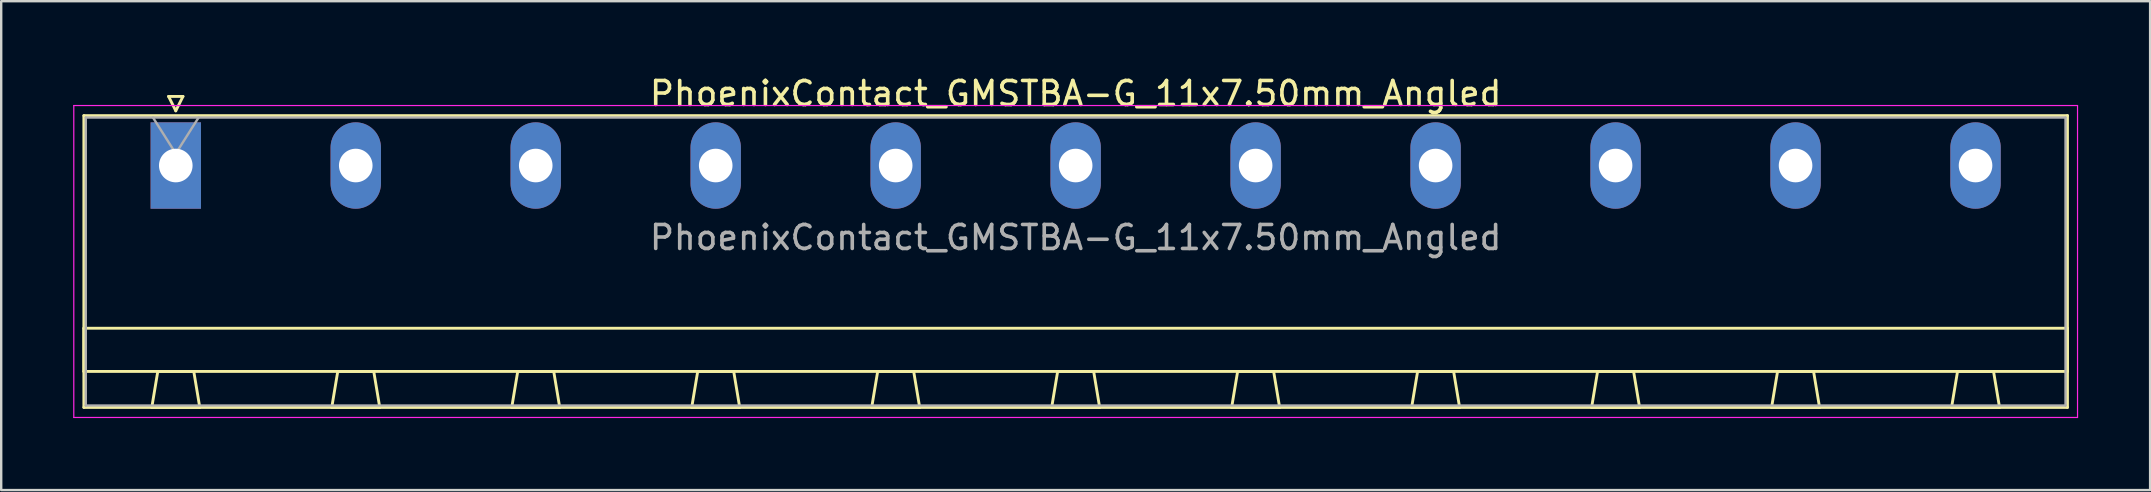
<source format=kicad_pcb>
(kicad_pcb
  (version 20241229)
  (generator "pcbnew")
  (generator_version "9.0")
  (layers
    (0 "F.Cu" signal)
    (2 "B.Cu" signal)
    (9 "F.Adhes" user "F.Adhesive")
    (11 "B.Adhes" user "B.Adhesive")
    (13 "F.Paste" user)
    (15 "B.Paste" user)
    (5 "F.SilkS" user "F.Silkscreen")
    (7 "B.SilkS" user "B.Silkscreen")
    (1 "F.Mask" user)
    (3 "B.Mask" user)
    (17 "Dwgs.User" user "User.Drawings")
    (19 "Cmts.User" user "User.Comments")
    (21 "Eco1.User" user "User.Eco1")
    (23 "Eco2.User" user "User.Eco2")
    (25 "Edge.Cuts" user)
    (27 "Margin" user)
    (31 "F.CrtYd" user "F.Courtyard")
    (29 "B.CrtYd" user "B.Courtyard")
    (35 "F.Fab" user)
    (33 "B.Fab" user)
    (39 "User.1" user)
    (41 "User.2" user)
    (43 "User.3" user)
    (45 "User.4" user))
  (footprint "PhoenixContact_GMSTBA-G_11x7.50mm_Angled"
    (layer "F.Cu")
    (at 4.275 3.848)
    (property "Reference" "PhoenixContact_GMSTBA-G_11x7.50mm_Angled" (at 37.5 -3 0) (layer "F.SilkS") (effects (font (size 1 1) (thickness 0.15))))
    (attr through_hole)
    (fp_line (start -3.83 -2.08) (end -3.83 10.08) (stroke (width 0.12) (type solid)) (layer "F.SilkS"))
    (fp_line (start -3.83 6.78) (end 78.83 6.78) (stroke (width 0.12) (type solid)) (layer "F.SilkS"))
    (fp_line (start -3.83 8.58) (end -3.83 6.78) (stroke (width 0.12) (type solid)) (layer "F.SilkS"))
    (fp_line (start -3.83 10.08) (end 78.83 10.08) (stroke (width 0.12) (type solid)) (layer "F.SilkS"))
    (fp_line (start -1 10.08) (end 1 10.08) (stroke (width 0.12) (type solid)) (layer "F.SilkS"))
    (fp_line (start -0.75 8.58) (end -1 10.08) (stroke (width 0.12) (type solid)) (layer "F.SilkS"))
    (fp_line (start -0.3 -2.88) (end 0.3 -2.88) (stroke (width 0.12) (type solid)) (layer "F.SilkS"))
    (fp_line (start 0 -2.28) (end -0.3 -2.88) (stroke (width 0.12) (type solid)) (layer "F.SilkS"))
    (fp_line (start 0.3 -2.88) (end 0 -2.28) (stroke (width 0.12) (type solid)) (layer "F.SilkS"))
    (fp_line (start 0.75 8.58) (end -0.75 8.58) (stroke (width 0.12) (type solid)) (layer "F.SilkS"))
    (fp_line (start 1 10.08) (end 0.75 8.58) (stroke (width 0.12) (type solid)) (layer "F.SilkS"))
    (fp_line (start 6.5 10.08) (end 8.5 10.08) (stroke (width 0.12) (type solid)) (layer "F.SilkS"))
    (fp_line (start 6.75 8.58) (end 6.5 10.08) (stroke (width 0.12) (type solid)) (layer "F.SilkS"))
    (fp_line (start 8.25 8.58) (end 6.75 8.58) (stroke (width 0.12) (type solid)) (layer "F.SilkS"))
    (fp_line (start 8.5 10.08) (end 8.25 8.58) (stroke (width 0.12) (type solid)) (layer "F.SilkS"))
    (fp_line (start 14 10.08) (end 16 10.08) (stroke (width 0.12) (type solid)) (layer "F.SilkS"))
    (fp_line (start 14.25 8.58) (end 14 10.08) (stroke (width 0.12) (type solid)) (layer "F.SilkS"))
    (fp_line (start 15.75 8.58) (end 14.25 8.58) (stroke (width 0.12) (type solid)) (layer "F.SilkS"))
    (fp_line (start 16 10.08) (end 15.75 8.58) (stroke (width 0.12) (type solid)) (layer "F.SilkS"))
    (fp_line (start 21.5 10.08) (end 23.5 10.08) (stroke (width 0.12) (type solid)) (layer "F.SilkS"))
    (fp_line (start 21.75 8.58) (end 21.5 10.08) (stroke (width 0.12) (type solid)) (layer "F.SilkS"))
    (fp_line (start 23.25 8.58) (end 21.75 8.58) (stroke (width 0.12) (type solid)) (layer "F.SilkS"))
    (fp_line (start 23.5 10.08) (end 23.25 8.58) (stroke (width 0.12) (type solid)) (layer "F.SilkS"))
    (fp_line (start 29 10.08) (end 31 10.08) (stroke (width 0.12) (type solid)) (layer "F.SilkS"))
    (fp_line (start 29.25 8.58) (end 29 10.08) (stroke (width 0.12) (type solid)) (layer "F.SilkS"))
    (fp_line (start 30.75 8.58) (end 29.25 8.58) (stroke (width 0.12) (type solid)) (layer "F.SilkS"))
    (fp_line (start 31 10.08) (end 30.75 8.58) (stroke (width 0.12) (type solid)) (layer "F.SilkS"))
    (fp_line (start 36.5 10.08) (end 38.5 10.08) (stroke (width 0.12) (type solid)) (layer "F.SilkS"))
    (fp_line (start 36.75 8.58) (end 36.5 10.08) (stroke (width 0.12) (type solid)) (layer "F.SilkS"))
    (fp_line (start 38.25 8.58) (end 36.75 8.58) (stroke (width 0.12) (type solid)) (layer "F.SilkS"))
    (fp_line (start 38.5 10.08) (end 38.25 8.58) (stroke (width 0.12) (type solid)) (layer "F.SilkS"))
    (fp_line (start 44 10.08) (end 46 10.08) (stroke (width 0.12) (type solid)) (layer "F.SilkS"))
    (fp_line (start 44.25 8.58) (end 44 10.08) (stroke (width 0.12) (type solid)) (layer "F.SilkS"))
    (fp_line (start 45.75 8.58) (end 44.25 8.58) (stroke (width 0.12) (type solid)) (layer "F.SilkS"))
    (fp_line (start 46 10.08) (end 45.75 8.58) (stroke (width 0.12) (type solid)) (layer "F.SilkS"))
    (fp_line (start 51.5 10.08) (end 53.5 10.08) (stroke (width 0.12) (type solid)) (layer "F.SilkS"))
    (fp_line (start 51.75 8.58) (end 51.5 10.08) (stroke (width 0.12) (type solid)) (layer "F.SilkS"))
    (fp_line (start 53.25 8.58) (end 51.75 8.58) (stroke (width 0.12) (type solid)) (layer "F.SilkS"))
    (fp_line (start 53.5 10.08) (end 53.25 8.58) (stroke (width 0.12) (type solid)) (layer "F.SilkS"))
    (fp_line (start 59 10.08) (end 61 10.08) (stroke (width 0.12) (type solid)) (layer "F.SilkS"))
    (fp_line (start 59.25 8.58) (end 59 10.08) (stroke (width 0.12) (type solid)) (layer "F.SilkS"))
    (fp_line (start 60.75 8.58) (end 59.25 8.58) (stroke (width 0.12) (type solid)) (layer "F.SilkS"))
    (fp_line (start 61 10.08) (end 60.75 8.58) (stroke (width 0.12) (type solid)) (layer "F.SilkS"))
    (fp_line (start 66.5 10.08) (end 68.5 10.08) (stroke (width 0.12) (type solid)) (layer "F.SilkS"))
    (fp_line (start 66.75 8.58) (end 66.5 10.08) (stroke (width 0.12) (type solid)) (layer "F.SilkS"))
    (fp_line (start 68.25 8.58) (end 66.75 8.58) (stroke (width 0.12) (type solid)) (layer "F.SilkS"))
    (fp_line (start 68.5 10.08) (end 68.25 8.58) (stroke (width 0.12) (type solid)) (layer "F.SilkS"))
    (fp_line (start 74 10.08) (end 76 10.08) (stroke (width 0.12) (type solid)) (layer "F.SilkS"))
    (fp_line (start 74.25 8.58) (end 74 10.08) (stroke (width 0.12) (type solid)) (layer "F.SilkS"))
    (fp_line (start 75.75 8.58) (end 74.25 8.58) (stroke (width 0.12) (type solid)) (layer "F.SilkS"))
    (fp_line (start 76 10.08) (end 75.75 8.58) (stroke (width 0.12) (type solid)) (layer "F.SilkS"))
    (fp_line (start 78.83 -2.08) (end -3.83 -2.08) (stroke (width 0.12) (type solid)) (layer "F.SilkS"))
    (fp_line (start 78.83 6.78) (end 78.83 8.58) (stroke (width 0.12) (type solid)) (layer "F.SilkS"))
    (fp_line (start 78.83 8.58) (end -3.83 8.58) (stroke (width 0.12) (type solid)) (layer "F.SilkS"))
    (fp_line (start 78.83 10.08) (end 78.83 -2.08) (stroke (width 0.12) (type solid)) (layer "F.SilkS"))
    (fp_line (start -4.25 -2.5) (end -4.25 10.5) (stroke (width 0.05) (type solid)) (layer "F.CrtYd"))
    (fp_line (start -4.25 10.5) (end 79.25 10.5) (stroke (width 0.05) (type solid)) (layer "F.CrtYd"))
    (fp_line (start 79.25 -2.5) (end -4.25 -2.5) (stroke (width 0.05) (type solid)) (layer "F.CrtYd"))
    (fp_line (start 79.25 10.5) (end 79.25 -2.5) (stroke (width 0.05) (type solid)) (layer "F.CrtYd"))
    (fp_line (start -3.75 -2) (end -3.75 10) (stroke (width 0.1) (type solid)) (layer "F.Fab"))
    (fp_line (start -3.75 10) (end 78.75 10) (stroke (width 0.1) (type solid)) (layer "F.Fab"))
    (fp_line (start 0 -0.5) (end -0.95 -2) (stroke (width 0.1) (type solid)) (layer "F.Fab"))
    (fp_line (start 0.95 -2) (end 0 -0.5) (stroke (width 0.1) (type solid)) (layer "F.Fab"))
    (fp_line (start 78.75 -2) (end -3.75 -2) (stroke (width 0.1) (type solid)) (layer "F.Fab"))
    (fp_line (start 78.75 10) (end 78.75 -2) (stroke (width 0.1) (type solid)) (layer "F.Fab"))
    (fp_text user "${REFERENCE}" (at 37.5 3 0) (layer "F.Fab") (effects (font (size 1 1) (thickness 0.15))))
    (pad "1" thru_hole rect (at 0 0) (size 2.1 3.6) (drill 1.4) (layers "*.Cu" "*.Mask"))
    (pad "2" thru_hole oval (at 7.5 0) (size 2.1 3.6) (drill 1.4) (layers "*.Cu" "*.Mask"))
    (pad "3" thru_hole oval (at 15 0) (size 2.1 3.6) (drill 1.4) (layers "*.Cu" "*.Mask"))
    (pad "4" thru_hole oval (at 22.5 0) (size 2.1 3.6) (drill 1.4) (layers "*.Cu" "*.Mask"))
    (pad "5" thru_hole oval (at 30 0) (size 2.1 3.6) (drill 1.4) (layers "*.Cu" "*.Mask"))
    (pad "6" thru_hole oval (at 37.5 0) (size 2.1 3.6) (drill 1.4) (layers "*.Cu" "*.Mask"))
    (pad "7" thru_hole oval (at 45 0) (size 2.1 3.6) (drill 1.4) (layers "*.Cu" "*.Mask"))
    (pad "8" thru_hole oval (at 52.5 0) (size 2.1 3.6) (drill 1.4) (layers "*.Cu" "*.Mask"))
    (pad "9" thru_hole oval (at 60 0) (size 2.1 3.6) (drill 1.4) (layers "*.Cu" "*.Mask"))
    (pad "10" thru_hole oval (at 67.5 0) (size 2.1 3.6) (drill 1.4) (layers "*.Cu" "*.Mask"))
    (pad "11" thru_hole oval (at 75 0) (size 2.1 3.6) (drill 1.4) (layers "*.Cu" "*.Mask")))
  (gr_rect
    (start -3 -3)
    (end 86.55 17.373)
    (stroke (width 0.1) (type default))
    (fill no)
    (layer "Edge.Cuts")))
</source>
